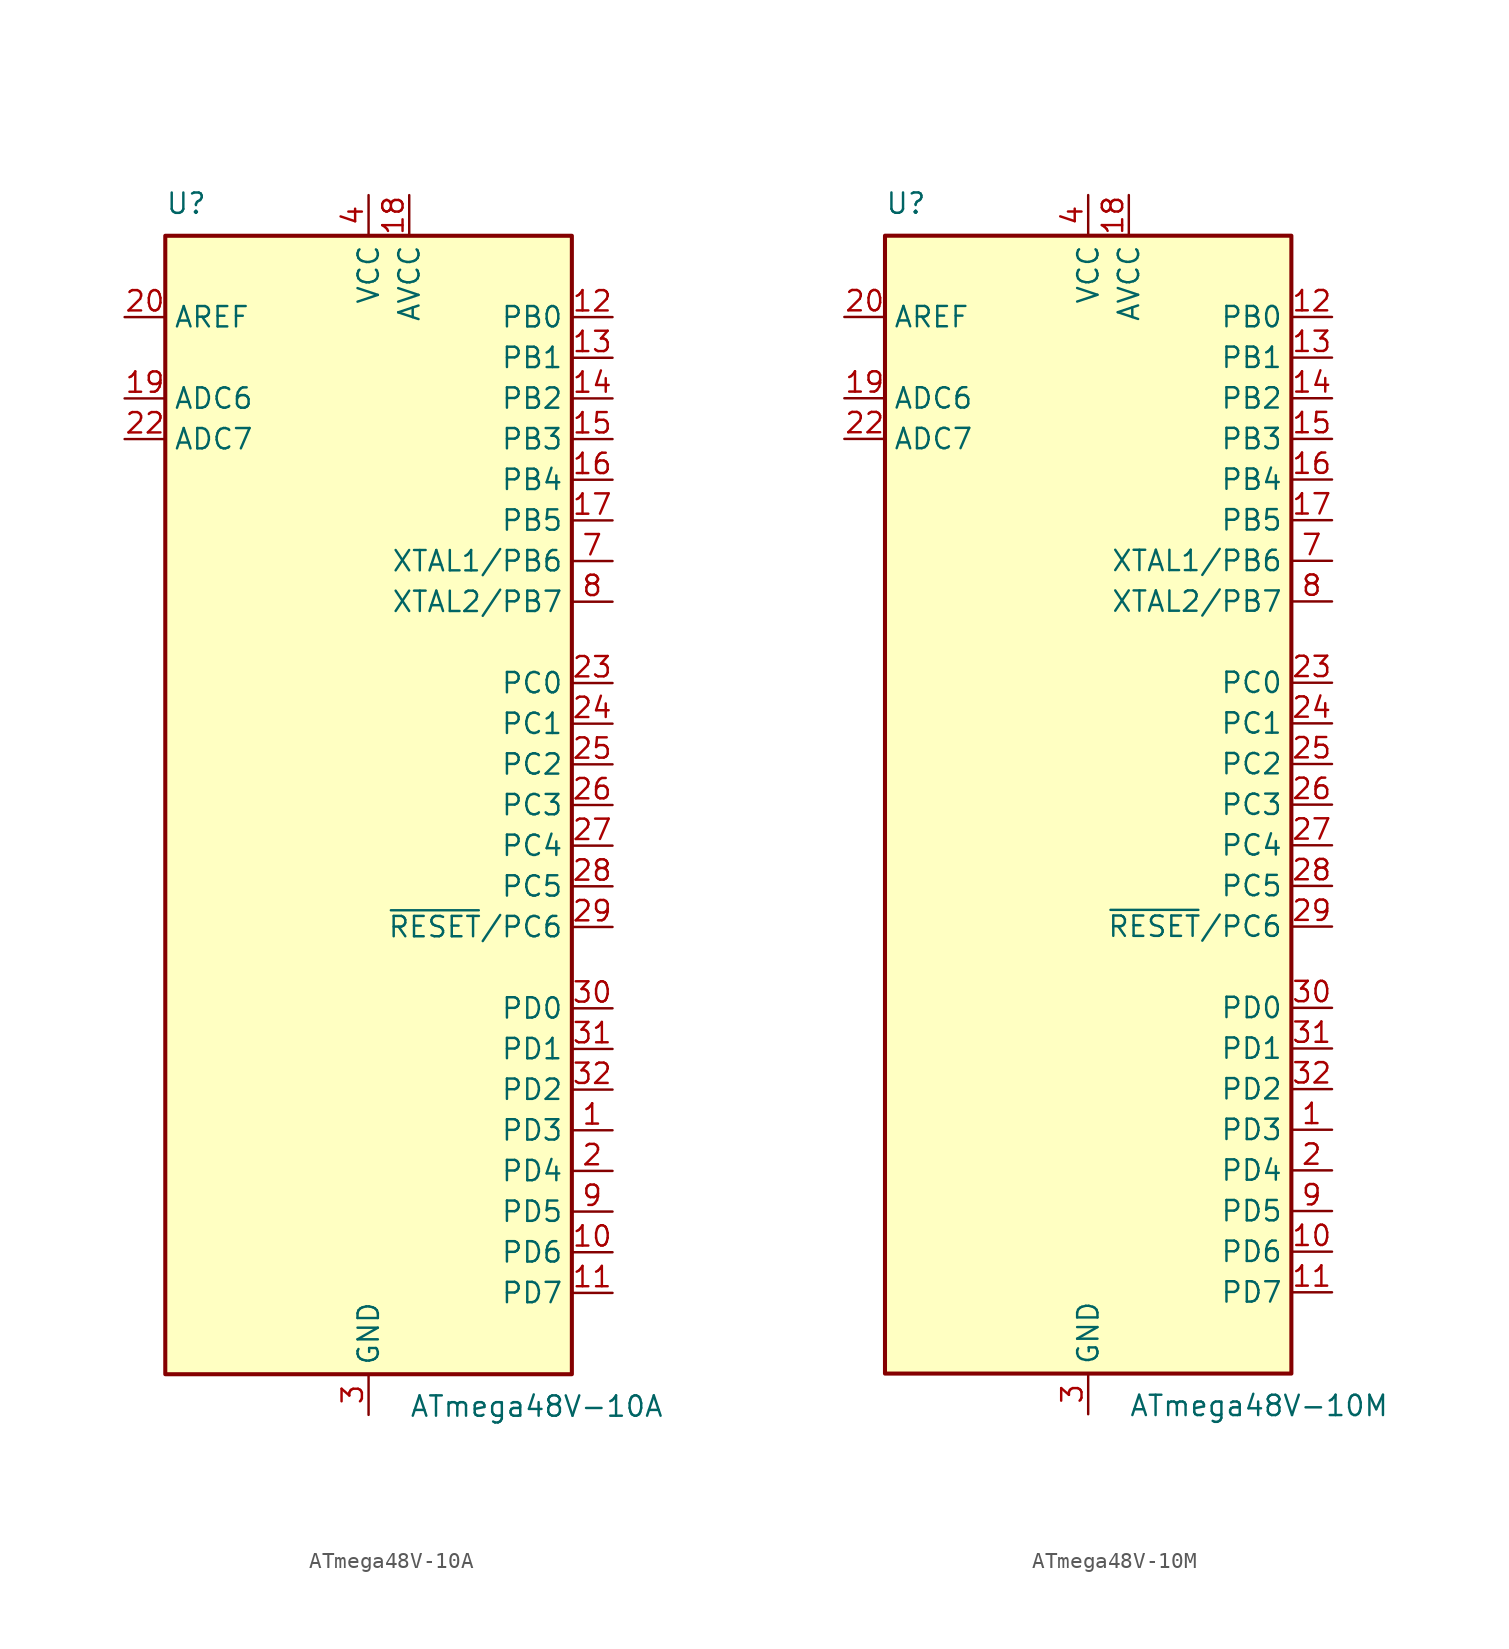
<source format=kicad_sym>
(kicad_symbol_lib
  (version 20201005)
  (generator kicad_symbol_editor)
  (symbol "ATmega48V-10A"
    (property "Reference" "U"
      (at -12.7 36.83 0)
      (effects (font (size 1.27 1.27)) (justify left bottom)))
    (property "Value" "ATmega48V-10A"
      (at 2.54 -36.83 0)
      (effects (font (size 1.27 1.27)) (justify left top)))
    (symbol "ATmega48V-10A_0_1"
      (rectangle (start -12.7 -35.56) (end 12.7 35.56) (stroke (width 0.254)) (fill (type background))))
    (symbol "ATmega48V-10A_1_1"
      (pin bidirectional line (at 15.24 -20.32 180) (length 2.54) (name "PD3" (effects (font (size 1.27 1.27)))) (number "1" (effects (font (size 1.27 1.27)))))
      (pin bidirectional line (at 15.24 -27.94 180) (length 2.54) (name "PD6" (effects (font (size 1.27 1.27)))) (number "10" (effects (font (size 1.27 1.27)))))
      (pin bidirectional line (at 15.24 -30.48 180) (length 2.54) (name "PD7" (effects (font (size 1.27 1.27)))) (number "11" (effects (font (size 1.27 1.27)))))
      (pin bidirectional line (at 15.24 30.48 180) (length 2.54) (name "PB0" (effects (font (size 1.27 1.27)))) (number "12" (effects (font (size 1.27 1.27)))))
      (pin bidirectional line (at 15.24 27.94 180) (length 2.54) (name "PB1" (effects (font (size 1.27 1.27)))) (number "13" (effects (font (size 1.27 1.27)))))
      (pin bidirectional line (at 15.24 25.4 180) (length 2.54) (name "PB2" (effects (font (size 1.27 1.27)))) (number "14" (effects (font (size 1.27 1.27)))))
      (pin bidirectional line (at 15.24 22.86 180) (length 2.54) (name "PB3" (effects (font (size 1.27 1.27)))) (number "15" (effects (font (size 1.27 1.27)))))
      (pin bidirectional line (at 15.24 20.32 180) (length 2.54) (name "PB4" (effects (font (size 1.27 1.27)))) (number "16" (effects (font (size 1.27 1.27)))))
      (pin bidirectional line (at 15.24 17.78 180) (length 2.54) (name "PB5" (effects (font (size 1.27 1.27)))) (number "17" (effects (font (size 1.27 1.27)))))
      (pin power_in line (at 2.54 38.1 270) (length 2.54) (name "AVCC" (effects (font (size 1.27 1.27)))) (number "18" (effects (font (size 1.27 1.27)))))
      (pin input line (at -15.24 25.4 0) (length 2.54) (name "ADC6" (effects (font (size 1.27 1.27)))) (number "19" (effects (font (size 1.27 1.27)))))
      (pin bidirectional line (at 15.24 -22.86 180) (length 2.54) (name "PD4" (effects (font (size 1.27 1.27)))) (number "2" (effects (font (size 1.27 1.27)))))
      (pin passive line (at -15.24 30.48 0) (length 2.54) (name "AREF" (effects (font (size 1.27 1.27)))) (number "20" (effects (font (size 1.27 1.27)))))
      (pin passive line (at 0 -38.1 90) (length 2.54) hide (name "GND" (effects (font (size 1.27 1.27)))) (number "21" (effects (font (size 1.27 1.27)))))
      (pin input line (at -15.24 22.86 0) (length 2.54) (name "ADC7" (effects (font (size 1.27 1.27)))) (number "22" (effects (font (size 1.27 1.27)))))
      (pin bidirectional line (at 15.24 7.62 180) (length 2.54) (name "PC0" (effects (font (size 1.27 1.27)))) (number "23" (effects (font (size 1.27 1.27)))))
      (pin bidirectional line (at 15.24 5.08 180) (length 2.54) (name "PC1" (effects (font (size 1.27 1.27)))) (number "24" (effects (font (size 1.27 1.27)))))
      (pin bidirectional line (at 15.24 2.54 180) (length 2.54) (name "PC2" (effects (font (size 1.27 1.27)))) (number "25" (effects (font (size 1.27 1.27)))))
      (pin bidirectional line (at 15.24 0 180) (length 2.54) (name "PC3" (effects (font (size 1.27 1.27)))) (number "26" (effects (font (size 1.27 1.27)))))
      (pin bidirectional line (at 15.24 -2.54 180) (length 2.54) (name "PC4" (effects (font (size 1.27 1.27)))) (number "27" (effects (font (size 1.27 1.27)))))
      (pin bidirectional line (at 15.24 -5.08 180) (length 2.54) (name "PC5" (effects (font (size 1.27 1.27)))) (number "28" (effects (font (size 1.27 1.27)))))
      (pin bidirectional line (at 15.24 -7.62 180) (length 2.54) (name "~RESET~/PC6" (effects (font (size 1.27 1.27)))) (number "29" (effects (font (size 1.27 1.27)))))
      (pin power_in line (at 0 -38.1 90) (length 2.54) (name "GND" (effects (font (size 1.27 1.27)))) (number "3" (effects (font (size 1.27 1.27)))))
      (pin bidirectional line (at 15.24 -12.7 180) (length 2.54) (name "PD0" (effects (font (size 1.27 1.27)))) (number "30" (effects (font (size 1.27 1.27)))))
      (pin bidirectional line (at 15.24 -15.24 180) (length 2.54) (name "PD1" (effects (font (size 1.27 1.27)))) (number "31" (effects (font (size 1.27 1.27)))))
      (pin bidirectional line (at 15.24 -17.78 180) (length 2.54) (name "PD2" (effects (font (size 1.27 1.27)))) (number "32" (effects (font (size 1.27 1.27)))))
      (pin power_in line (at 0 38.1 270) (length 2.54) (name "VCC" (effects (font (size 1.27 1.27)))) (number "4" (effects (font (size 1.27 1.27)))))
      (pin passive line (at 0 -38.1 90) (length 2.54) hide (name "GND" (effects (font (size 1.27 1.27)))) (number "5" (effects (font (size 1.27 1.27)))))
      (pin passive line (at 0 38.1 270) (length 2.54) hide (name "VCC" (effects (font (size 1.27 1.27)))) (number "6" (effects (font (size 1.27 1.27)))))
      (pin bidirectional line (at 15.24 15.24 180) (length 2.54) (name "XTAL1/PB6" (effects (font (size 1.27 1.27)))) (number "7" (effects (font (size 1.27 1.27)))))
      (pin bidirectional line (at 15.24 12.7 180) (length 2.54) (name "XTAL2/PB7" (effects (font (size 1.27 1.27)))) (number "8" (effects (font (size 1.27 1.27)))))
      (pin bidirectional line (at 15.24 -25.4 180) (length 2.54) (name "PD5" (effects (font (size 1.27 1.27)))) (number "9" (effects (font (size 1.27 1.27)))))))
  (symbol "ATmega48V-10M"
    (property "Reference" "U"
      (at -12.7 36.83 0)
      (effects (font (size 1.27 1.27)) (justify left bottom)))
    (property "Value" "ATmega48V-10M"
      (at 2.54 -36.83 0)
      (effects (font (size 1.27 1.27)) (justify left top)))
    (symbol "ATmega48V-10M_0_1"
      (rectangle (start -12.7 -35.56) (end 12.7 35.56) (stroke (width 0.254)) (fill (type background))))
    (symbol "ATmega48V-10M_1_1"
      (pin bidirectional line (at 15.24 -20.32 180) (length 2.54) (name "PD3" (effects (font (size 1.27 1.27)))) (number "1" (effects (font (size 1.27 1.27)))))
      (pin bidirectional line (at 15.24 -27.94 180) (length 2.54) (name "PD6" (effects (font (size 1.27 1.27)))) (number "10" (effects (font (size 1.27 1.27)))))
      (pin bidirectional line (at 15.24 -30.48 180) (length 2.54) (name "PD7" (effects (font (size 1.27 1.27)))) (number "11" (effects (font (size 1.27 1.27)))))
      (pin bidirectional line (at 15.24 30.48 180) (length 2.54) (name "PB0" (effects (font (size 1.27 1.27)))) (number "12" (effects (font (size 1.27 1.27)))))
      (pin bidirectional line (at 15.24 27.94 180) (length 2.54) (name "PB1" (effects (font (size 1.27 1.27)))) (number "13" (effects (font (size 1.27 1.27)))))
      (pin bidirectional line (at 15.24 25.4 180) (length 2.54) (name "PB2" (effects (font (size 1.27 1.27)))) (number "14" (effects (font (size 1.27 1.27)))))
      (pin bidirectional line (at 15.24 22.86 180) (length 2.54) (name "PB3" (effects (font (size 1.27 1.27)))) (number "15" (effects (font (size 1.27 1.27)))))
      (pin bidirectional line (at 15.24 20.32 180) (length 2.54) (name "PB4" (effects (font (size 1.27 1.27)))) (number "16" (effects (font (size 1.27 1.27)))))
      (pin bidirectional line (at 15.24 17.78 180) (length 2.54) (name "PB5" (effects (font (size 1.27 1.27)))) (number "17" (effects (font (size 1.27 1.27)))))
      (pin power_in line (at 2.54 38.1 270) (length 2.54) (name "AVCC" (effects (font (size 1.27 1.27)))) (number "18" (effects (font (size 1.27 1.27)))))
      (pin input line (at -15.24 25.4 0) (length 2.54) (name "ADC6" (effects (font (size 1.27 1.27)))) (number "19" (effects (font (size 1.27 1.27)))))
      (pin bidirectional line (at 15.24 -22.86 180) (length 2.54) (name "PD4" (effects (font (size 1.27 1.27)))) (number "2" (effects (font (size 1.27 1.27)))))
      (pin passive line (at -15.24 30.48 0) (length 2.54) (name "AREF" (effects (font (size 1.27 1.27)))) (number "20" (effects (font (size 1.27 1.27)))))
      (pin passive line (at 0 -38.1 90) (length 2.54) hide (name "GND" (effects (font (size 1.27 1.27)))) (number "21" (effects (font (size 1.27 1.27)))))
      (pin input line (at -15.24 22.86 0) (length 2.54) (name "ADC7" (effects (font (size 1.27 1.27)))) (number "22" (effects (font (size 1.27 1.27)))))
      (pin bidirectional line (at 15.24 7.62 180) (length 2.54) (name "PC0" (effects (font (size 1.27 1.27)))) (number "23" (effects (font (size 1.27 1.27)))))
      (pin bidirectional line (at 15.24 5.08 180) (length 2.54) (name "PC1" (effects (font (size 1.27 1.27)))) (number "24" (effects (font (size 1.27 1.27)))))
      (pin bidirectional line (at 15.24 2.54 180) (length 2.54) (name "PC2" (effects (font (size 1.27 1.27)))) (number "25" (effects (font (size 1.27 1.27)))))
      (pin bidirectional line (at 15.24 0 180) (length 2.54) (name "PC3" (effects (font (size 1.27 1.27)))) (number "26" (effects (font (size 1.27 1.27)))))
      (pin bidirectional line (at 15.24 -2.54 180) (length 2.54) (name "PC4" (effects (font (size 1.27 1.27)))) (number "27" (effects (font (size 1.27 1.27)))))
      (pin bidirectional line (at 15.24 -5.08 180) (length 2.54) (name "PC5" (effects (font (size 1.27 1.27)))) (number "28" (effects (font (size 1.27 1.27)))))
      (pin bidirectional line (at 15.24 -7.62 180) (length 2.54) (name "~RESET~/PC6" (effects (font (size 1.27 1.27)))) (number "29" (effects (font (size 1.27 1.27)))))
      (pin power_in line (at 0 -38.1 90) (length 2.54) (name "GND" (effects (font (size 1.27 1.27)))) (number "3" (effects (font (size 1.27 1.27)))))
      (pin bidirectional line (at 15.24 -12.7 180) (length 2.54) (name "PD0" (effects (font (size 1.27 1.27)))) (number "30" (effects (font (size 1.27 1.27)))))
      (pin bidirectional line (at 15.24 -15.24 180) (length 2.54) (name "PD1" (effects (font (size 1.27 1.27)))) (number "31" (effects (font (size 1.27 1.27)))))
      (pin bidirectional line (at 15.24 -17.78 180) (length 2.54) (name "PD2" (effects (font (size 1.27 1.27)))) (number "32" (effects (font (size 1.27 1.27)))))
      (pin passive line (at 0 -38.1 90) (length 2.54) hide (name "GND" (effects (font (size 1.27 1.27)))) (number "33" (effects (font (size 1.27 1.27)))))
      (pin power_in line (at 0 38.1 270) (length 2.54) (name "VCC" (effects (font (size 1.27 1.27)))) (number "4" (effects (font (size 1.27 1.27)))))
      (pin passive line (at 0 -38.1 90) (length 2.54) hide (name "GND" (effects (font (size 1.27 1.27)))) (number "5" (effects (font (size 1.27 1.27)))))
      (pin passive line (at 0 38.1 270) (length 2.54) hide (name "VCC" (effects (font (size 1.27 1.27)))) (number "6" (effects (font (size 1.27 1.27)))))
      (pin bidirectional line (at 15.24 15.24 180) (length 2.54) (name "XTAL1/PB6" (effects (font (size 1.27 1.27)))) (number "7" (effects (font (size 1.27 1.27)))))
      (pin bidirectional line (at 15.24 12.7 180) (length 2.54) (name "XTAL2/PB7" (effects (font (size 1.27 1.27)))) (number "8" (effects (font (size 1.27 1.27)))))
      (pin bidirectional line (at 15.24 -25.4 180) (length 2.54) (name "PD5" (effects (font (size 1.27 1.27)))) (number "9" (effects (font (size 1.27 1.27))))))))
</source>
